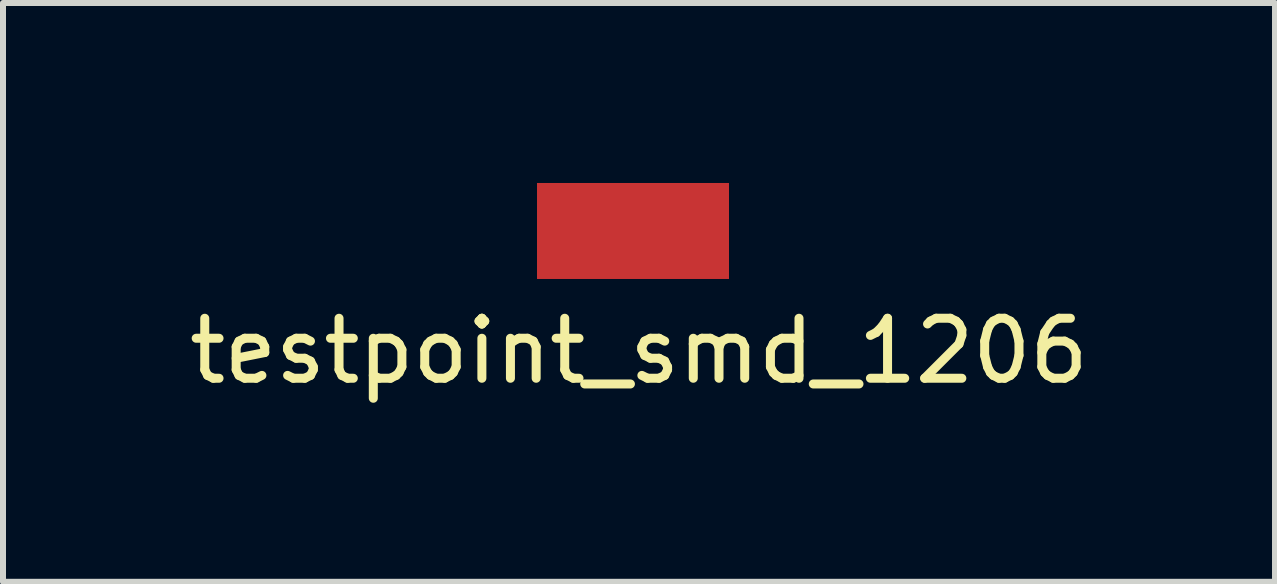
<source format=kicad_pcb>
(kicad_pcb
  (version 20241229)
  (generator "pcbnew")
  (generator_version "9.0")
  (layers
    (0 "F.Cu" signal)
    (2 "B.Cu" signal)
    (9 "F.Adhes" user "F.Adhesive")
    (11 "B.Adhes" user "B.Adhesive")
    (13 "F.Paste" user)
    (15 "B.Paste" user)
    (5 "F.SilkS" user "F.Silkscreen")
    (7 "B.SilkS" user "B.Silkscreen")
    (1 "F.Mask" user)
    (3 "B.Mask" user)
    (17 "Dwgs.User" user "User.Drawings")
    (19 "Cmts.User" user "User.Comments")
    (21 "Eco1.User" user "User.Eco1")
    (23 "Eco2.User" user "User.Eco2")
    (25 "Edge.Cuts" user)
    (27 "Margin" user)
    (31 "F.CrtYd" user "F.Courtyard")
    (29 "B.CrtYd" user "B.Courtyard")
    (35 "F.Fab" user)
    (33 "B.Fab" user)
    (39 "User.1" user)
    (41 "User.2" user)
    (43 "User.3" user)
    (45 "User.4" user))
  (footprint "testpoint_smd_1206"
    (layer "F.Cu")
    (at 7.501 0.8)
    (property "Reference" "testpoint_smd_1206" (at 0.1 2 0) (layer "F.SilkS") (effects (font (size 1 1) (thickness 0.15))))
    (attr through_hole)
    (pad "1" smd rect (at 0 0) (size 3.2 1.6) (layers "F.Cu" "F.Mask" "F.Paste")))
  (gr_rect
    (start -3 -3)
    (end 18.202 6.648)
    (stroke (width 0.1) (type default))
    (fill no)
    (layer "Edge.Cuts")))
</source>
